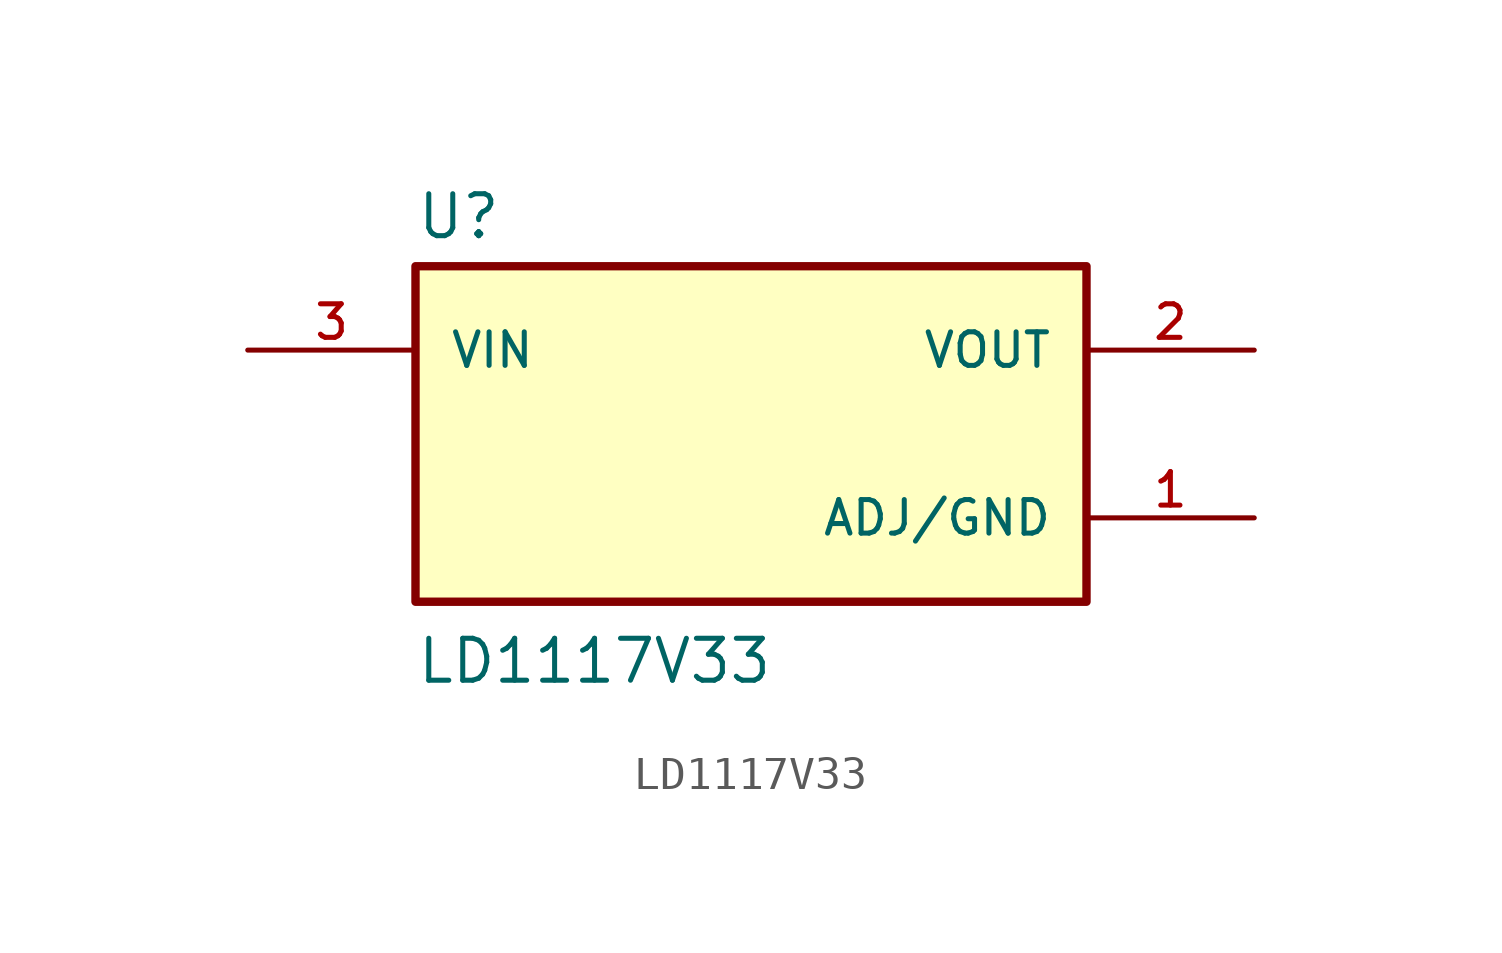
<source format=kicad_sym>
(kicad_symbol_lib
  (version 20220914)
  (generator kicad_symbol_editor)
  (symbol "LD1117V33"
    (pin_names
      (offset 1.016))
    (property "Reference" "U"
      (at -10.16 5.842 0)
      (effects (font (size 1.27 1.27)) (justify left bottom)))
    (property "Value" "LD1117V33"
      (at -10.16 -7.62 0)
      (effects (font (size 1.27 1.27)) (justify left bottom)))
    (symbol "LD1117V33_0_0"
      (rectangle (start -10.16 5.08) (end 10.16 -5.08) (stroke (width 0.254) (type default)) (fill (type background)))
      (pin passive line (at 15.24 -2.54 180) (length 5.08) (name "ADJ/GND" (effects (font (size 1.016 1.016)))) (number "1" (effects (font (size 1.016 1.016)))))
      (pin output line (at 15.24 2.54 180) (length 5.08) (name "VOUT" (effects (font (size 1.016 1.016)))) (number "2" (effects (font (size 1.016 1.016)))))
      (pin input line (at -15.24 2.54 0) (length 5.08) (name "VIN" (effects (font (size 1.016 1.016)))) (number "3" (effects (font (size 1.016 1.016))))))))
</source>
